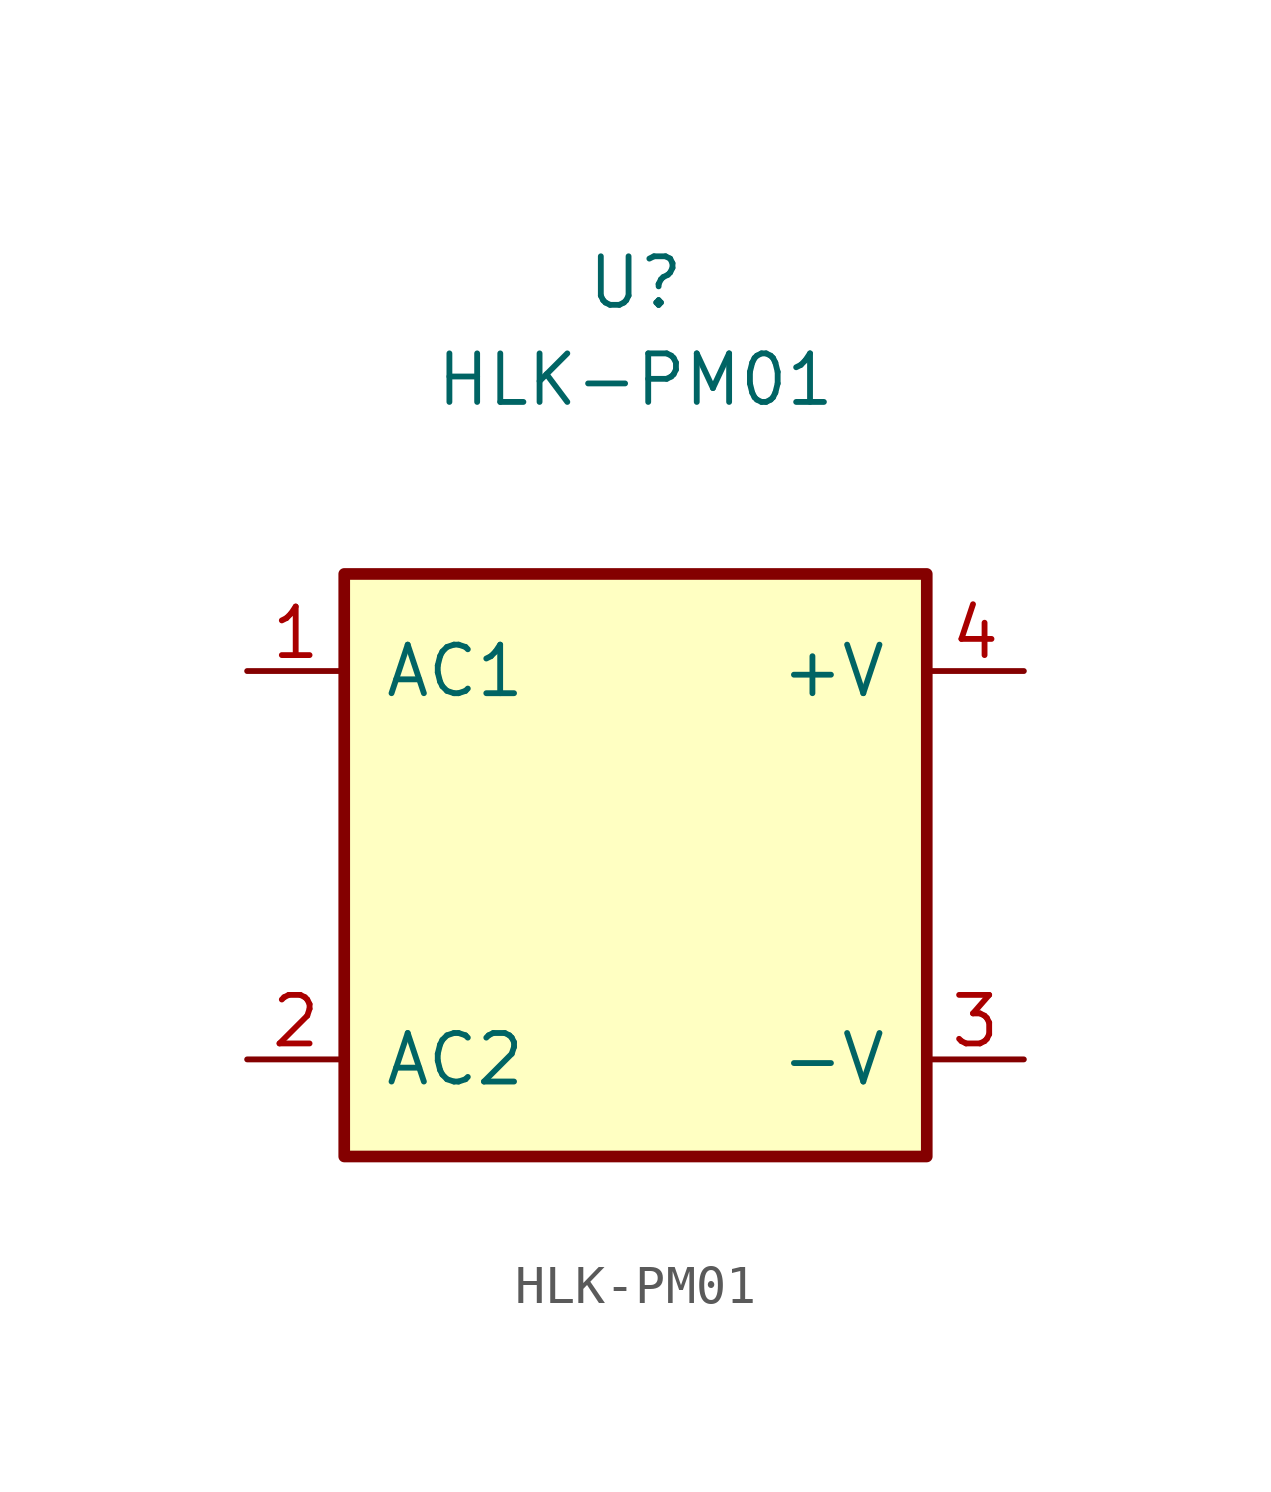
<source format=kicad_sym>
(kicad_symbol_lib
  (version 20211014)
  (generator kicad_symbol_editor)
  (symbol "HLK-PM01"
    (pin_names
      (offset 1.016))
    (property "Reference" "U"
      (at 0 12.7 0)
      (effects (font (size 1.27 1.27))))
    (property "Value" "HLK-PM01"
      (at 0 10.16 0)
      (effects (font (size 1.27 1.27))))
    (symbol "HLK-PM01_0_1"
      (rectangle (start -7.62 5.08) (end 7.62 -10.16) (stroke (width 0.305) (type default) (color 0 0 0 0)) (fill (type background))))
    (symbol "HLK-PM01_1_1"
      (pin power_in line (at -10.16 2.54 0) (length 2.54) (name "AC1" (effects (font (size 1.27 1.27)))) (number "1" (effects (font (size 1.27 1.27)))))
      (pin power_in line (at -10.16 -7.62 0) (length 2.54) (name "AC2" (effects (font (size 1.27 1.27)))) (number "2" (effects (font (size 1.27 1.27)))))
      (pin power_out line (at 10.16 -7.62 180) (length 2.54) (name "-V" (effects (font (size 1.27 1.27)))) (number "3" (effects (font (size 1.27 1.27)))))
      (pin power_out line (at 10.16 2.54 180) (length 2.54) (name "+V" (effects (font (size 1.27 1.27)))) (number "4" (effects (font (size 1.27 1.27))))))))
</source>
